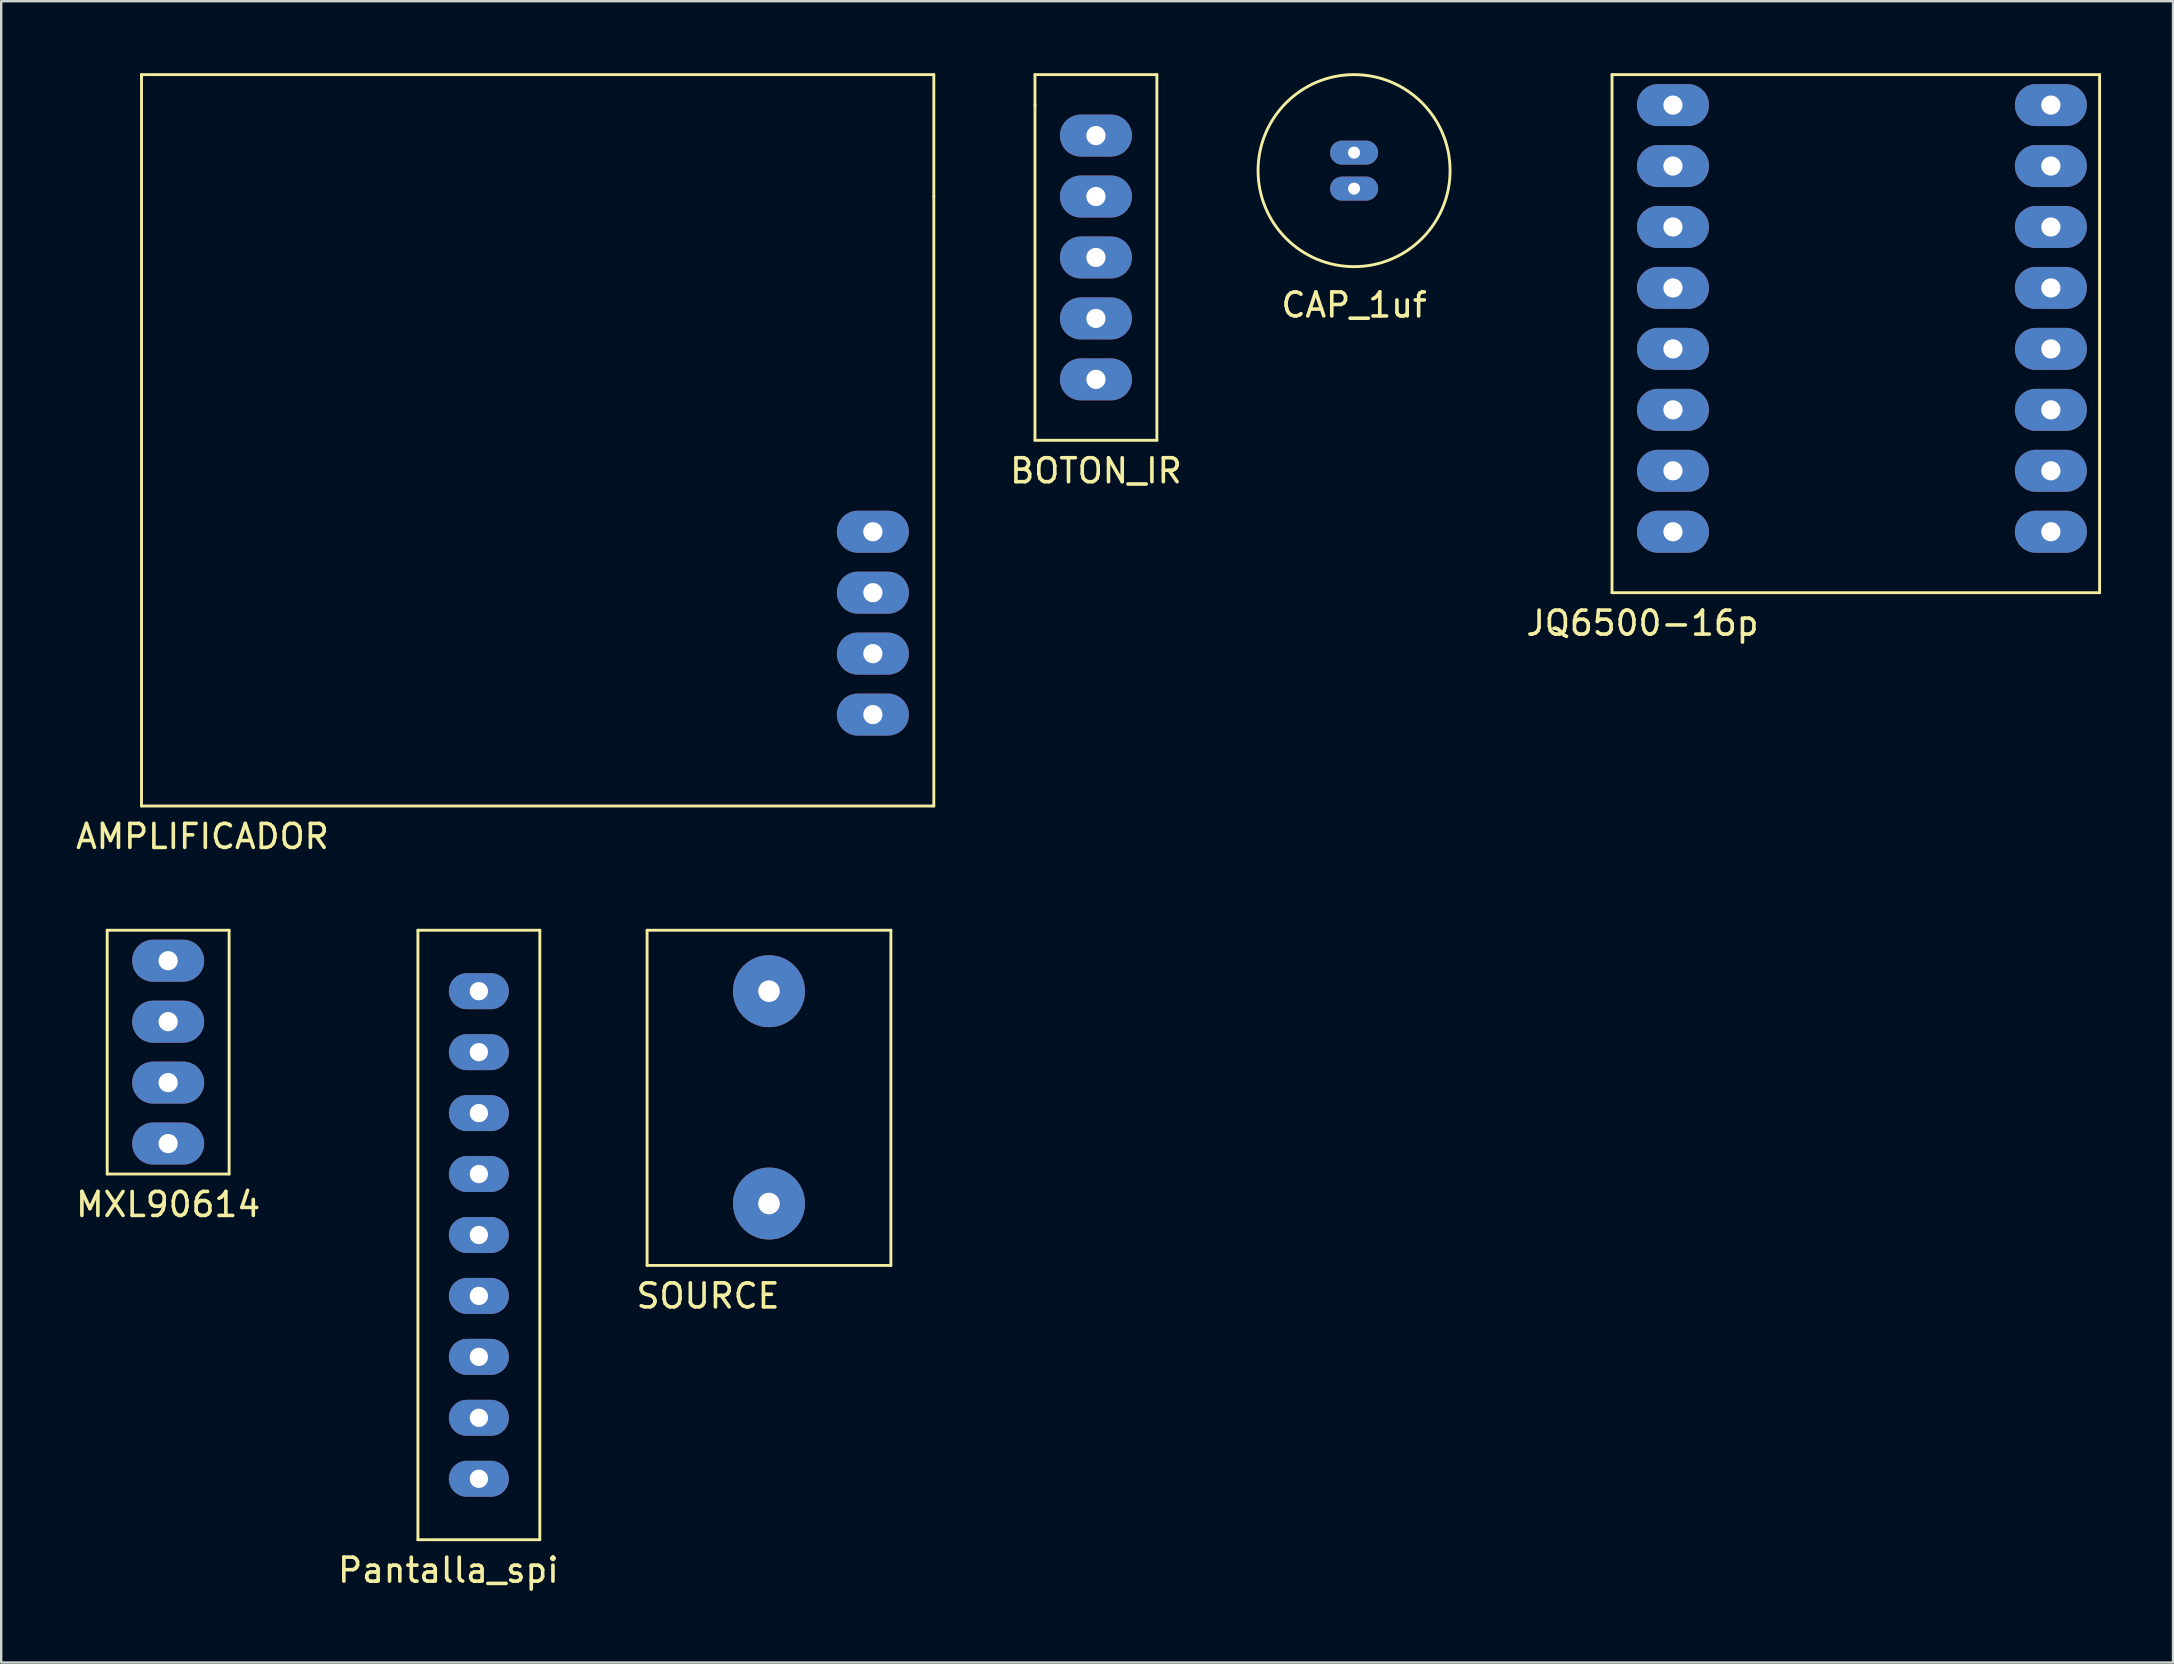
<source format=kicad_pcb>
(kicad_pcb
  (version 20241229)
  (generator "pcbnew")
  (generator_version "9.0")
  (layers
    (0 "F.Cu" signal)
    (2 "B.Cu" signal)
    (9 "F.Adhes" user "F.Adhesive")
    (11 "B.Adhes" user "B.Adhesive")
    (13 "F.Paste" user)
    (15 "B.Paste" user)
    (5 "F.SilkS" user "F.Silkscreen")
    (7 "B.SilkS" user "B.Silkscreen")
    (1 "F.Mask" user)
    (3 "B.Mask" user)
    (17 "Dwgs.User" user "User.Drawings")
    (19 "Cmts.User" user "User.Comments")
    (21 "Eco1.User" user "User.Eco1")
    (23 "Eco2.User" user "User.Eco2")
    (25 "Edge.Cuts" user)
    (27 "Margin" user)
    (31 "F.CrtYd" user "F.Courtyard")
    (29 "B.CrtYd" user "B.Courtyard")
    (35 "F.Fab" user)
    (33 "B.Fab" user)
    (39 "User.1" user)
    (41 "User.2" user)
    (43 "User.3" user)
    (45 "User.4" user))
  (footprint "CAP_1uf"
    (layer "F.Cu")
    (at 53.381 3.311)
    (property "Reference" "CAP_1uf" (at 0 6.35 0) (layer "F.SilkS") (effects (font (size 1 1) (thickness 0.15))))
    (attr through_hole)
    (fp_circle (center 0 0.75) (end 0.1 4.75) (stroke (width 0.12) (type solid)) (fill no) (layer "F.SilkS"))
    (pad "1" thru_hole oval (at 0 0) (size 2 1) (drill 0.5) (layers "*.Cu" "*.Mask"))
    (pad "2" thru_hole oval (at 0 1.5) (size 2 1) (drill 0.5) (layers "*.Cu" "*.Mask")))
  (footprint "SOURCE"
    (layer "F.Cu")
    (at 28.998 38.258)
    (property "Reference" "SOURCE" (at -2.54 12.7 0) (layer "F.SilkS") (effects (font (size 1 1) (thickness 0.15))))
    (attr through_hole)
    (fp_line (start -5.08 -2.54) (end 5.08 -2.54) (stroke (width 0.12) (type solid)) (layer "F.SilkS"))
    (fp_line (start -5.08 11.43) (end -5.08 -2.54) (stroke (width 0.12) (type solid)) (layer "F.SilkS"))
    (fp_line (start 5.08 -2.54) (end 5.08 11.43) (stroke (width 0.12) (type solid)) (layer "F.SilkS"))
    (fp_line (start 5.08 11.43) (end -5.08 11.43) (stroke (width 0.12) (type solid)) (layer "F.SilkS"))
    (pad "1" thru_hole circle (at 0 0) (size 3 3) (drill 0.9) (layers "*.Cu" "*.Mask"))
    (pad "2" thru_hole circle (at 0 8.85) (size 3 3) (drill 0.9) (layers "*.Cu" "*.Mask")))
  (footprint "Pantalla_spi"
    (layer "F.Cu")
    (at 16.907 38.258)
    (property "Reference" "Pantalla_spi" (at -1.27 24.13 0) (layer "F.SilkS") (effects (font (size 1 1) (thickness 0.15))))
    (attr through_hole)
    (fp_line (start -2.54 -2.54) (end 2.54 -2.54) (stroke (width 0.12) (type solid)) (layer "F.SilkS"))
    (fp_line (start -2.54 22.86) (end -2.54 -2.54) (stroke (width 0.12) (type solid)) (layer "F.SilkS"))
    (fp_line (start 2.54 -2.54) (end 2.54 22.86) (stroke (width 0.12) (type solid)) (layer "F.SilkS"))
    (fp_line (start 2.54 22.86) (end -2.54 22.86) (stroke (width 0.12) (type solid)) (layer "F.SilkS"))
    (pad "1" thru_hole oval (at 0 0) (size 2.5 1.5) (drill 0.762) (layers "*.Cu" "*.Mask"))
    (pad "2" thru_hole oval (at 0 2.54) (size 2.5 1.5) (drill 0.762) (layers "*.Cu" "*.Mask"))
    (pad "3" thru_hole oval (at 0 5.08) (size 2.5 1.5) (drill 0.762) (layers "*.Cu" "*.Mask"))
    (pad "4" thru_hole oval (at 0 7.62) (size 2.5 1.5) (drill 0.762) (layers "*.Cu" "*.Mask"))
    (pad "5" thru_hole oval (at 0 10.16) (size 2.5 1.5) (drill 0.762) (layers "*.Cu" "*.Mask"))
    (pad "6" thru_hole oval (at 0 12.7) (size 2.5 1.5) (drill 0.762) (layers "*.Cu" "*.Mask"))
    (pad "7" thru_hole oval (at 0 15.24) (size 2.5 1.5) (drill 0.762) (layers "*.Cu" "*.Mask"))
    (pad "8" thru_hole oval (at 0 17.78) (size 2.5 1.5) (drill 0.762) (layers "*.Cu" "*.Mask"))
    (pad "9" thru_hole oval (at 0 20.32) (size 2.5 1.5) (drill 0.762) (layers "*.Cu" "*.Mask")))
  (footprint "AMPLIFICADOR"
    (layer "F.Cu")
    (at 33.327 19.11)
    (property "Reference" "AMPLIFICADOR" (at -27.94 12.7 0) (layer "F.SilkS") (effects (font (size 1 1) (thickness 0.15))))
    (attr through_hole)
    (fp_line (start -30.48 -19.05) (end -30.48 11.43) (stroke (width 0.12) (type solid)) (layer "F.SilkS"))
    (fp_line (start -30.48 11.43) (end 2.54 11.43) (stroke (width 0.12) (type solid)) (layer "F.SilkS"))
    (fp_line (start 2.54 -19.05) (end -30.48 -19.05) (stroke (width 0.12) (type solid)) (layer "F.SilkS"))
    (fp_line (start 2.54 -13.97) (end 2.54 -19.05) (stroke (width 0.12) (type solid)) (layer "F.SilkS"))
    (fp_line (start 2.54 11.43) (end 2.54 -13.97) (stroke (width 0.12) (type solid)) (layer "F.SilkS"))
    (pad "1" thru_hole oval (at 0 0) (size 3 1.75) (drill 0.8) (layers "*.Cu" "*.Mask"))
    (pad "2" thru_hole oval (at 0 2.54) (size 3 1.75) (drill 0.8) (layers "*.Cu" "*.Mask"))
    (pad "3" thru_hole oval (at 0 5.08) (size 3 1.75) (drill 0.8) (layers "*.Cu" "*.Mask"))
    (pad "4" thru_hole oval (at 0 7.62) (size 3 1.75) (drill 0.8) (layers "*.Cu" "*.Mask")))
  (footprint "JQ6500-16p"
    (layer "F.Cu")
    (at 66.671 1.33)
    (property "Reference" "JQ6500-16p" (at -1.27 21.59 0) (layer "F.SilkS") (effects (font (size 1 1) (thickness 0.15))))
    (attr through_hole)
    (fp_line (start -2.54 -1.27) (end -2.54 20.32) (stroke (width 0.12) (type solid)) (layer "F.SilkS"))
    (fp_line (start -2.54 20.32) (end 17.78 20.32) (stroke (width 0.12) (type solid)) (layer "F.SilkS"))
    (fp_line (start 17.78 -1.27) (end -2.54 -1.27) (stroke (width 0.12) (type solid)) (layer "F.SilkS"))
    (fp_line (start 17.78 20.32) (end 17.78 -1.27) (stroke (width 0.12) (type solid)) (layer "F.SilkS"))
    (pad "1" thru_hole oval (at 0 0) (size 3 1.75) (drill 0.8) (layers "*.Cu" "*.Mask"))
    (pad "2" thru_hole oval (at 0 2.54) (size 3 1.75) (drill 0.8) (layers "*.Cu" "*.Mask"))
    (pad "3" thru_hole oval (at 0 5.08) (size 3 1.75) (drill 0.8) (layers "*.Cu" "*.Mask"))
    (pad "4" thru_hole oval (at 0 7.62) (size 3 1.75) (drill 0.8) (layers "*.Cu" "*.Mask"))
    (pad "5" thru_hole oval (at 0 10.16) (size 3 1.75) (drill 0.8) (layers "*.Cu" "*.Mask"))
    (pad "6" thru_hole oval (at 0 12.7) (size 3 1.75) (drill 0.8) (layers "*.Cu" "*.Mask"))
    (pad "7" thru_hole oval (at 0 15.24) (size 3 1.75) (drill 0.8) (layers "*.Cu" "*.Mask"))
    (pad "8" thru_hole oval (at 0 17.78) (size 3 1.75) (drill 0.8) (layers "*.Cu" "*.Mask"))
    (pad "9" thru_hole oval (at 15.75 17.78) (size 3 1.75) (drill 0.8) (layers "*.Cu" "*.Mask"))
    (pad "10" thru_hole oval (at 15.75 15.24) (size 3 1.75) (drill 0.8) (layers "*.Cu" "*.Mask"))
    (pad "11" thru_hole oval (at 15.75 12.7) (size 3 1.75) (drill 0.8) (layers "*.Cu" "*.Mask"))
    (pad "12" thru_hole oval (at 15.75 10.16) (size 3 1.75) (drill 0.8) (layers "*.Cu" "*.Mask"))
    (pad "13" thru_hole oval (at 15.75 7.62) (size 3 1.75) (drill 0.8) (layers "*.Cu" "*.Mask"))
    (pad "14" thru_hole oval (at 15.75 5.08) (size 3 1.75) (drill 0.8) (layers "*.Cu" "*.Mask"))
    (pad "15" thru_hole oval (at 15.75 2.54) (size 3 1.75) (drill 0.8) (layers "*.Cu" "*.Mask"))
    (pad "16" thru_hole oval (at 15.75 0) (size 3 1.75) (drill 0.8) (layers "*.Cu" "*.Mask")))
  (footprint "BOTON_IR"
    (layer "F.Cu")
    (at 42.623 2.6)
    (property "Reference" "BOTON_IR" (at 0 13.97 0) (layer "F.SilkS") (effects (font (size 1 1) (thickness 0.15))))
    (attr through_hole)
    (fp_line (start -2.54 -2.54) (end -2.54 -1.27) (stroke (width 0.12) (type solid)) (layer "F.SilkS"))
    (fp_line (start -2.54 -1.27) (end -2.54 12.7) (stroke (width 0.12) (type solid)) (layer "F.SilkS"))
    (fp_line (start -2.54 12.7) (end 2.54 12.7) (stroke (width 0.12) (type solid)) (layer "F.SilkS"))
    (fp_line (start 2.54 -2.54) (end -2.54 -2.54) (stroke (width 0.12) (type solid)) (layer "F.SilkS"))
    (fp_line (start 2.54 12.7) (end 2.54 -2.54) (stroke (width 0.12) (type solid)) (layer "F.SilkS"))
    (pad "1" thru_hole oval (at 0 0) (size 3 1.75) (drill 0.8) (layers "*.Cu" "*.Mask"))
    (pad "2" thru_hole oval (at 0 2.54) (size 3 1.75) (drill 0.8) (layers "*.Cu" "*.Mask"))
    (pad "3" thru_hole oval (at 0 5.08) (size 3 1.75) (drill 0.8) (layers "*.Cu" "*.Mask"))
    (pad "4" thru_hole oval (at 0 7.62) (size 3 1.75) (drill 0.8) (layers "*.Cu" "*.Mask"))
    (pad "5" thru_hole oval (at 0 10.16) (size 3 1.75) (drill 0.8) (layers "*.Cu" "*.Mask")))
  (footprint "MXL90614"
    (layer "F.Cu")
    (at 3.958 36.988)
    (property "Reference" "MXL90614" (at 0 10.16 0) (layer "F.SilkS") (effects (font (size 1 1) (thickness 0.15))))
    (attr through_hole)
    (fp_line (start -2.54 -1.27) (end 2.54 -1.27) (stroke (width 0.12) (type solid)) (layer "F.SilkS"))
    (fp_line (start -2.54 8.89) (end -2.54 -1.27) (stroke (width 0.12) (type solid)) (layer "F.SilkS"))
    (fp_line (start 2.54 -1.27) (end 2.54 8.89) (stroke (width 0.12) (type solid)) (layer "F.SilkS"))
    (fp_line (start 2.54 8.89) (end -2.54 8.89) (stroke (width 0.12) (type solid)) (layer "F.SilkS"))
    (pad "1" thru_hole oval (at 0 0) (size 3 1.75) (drill 0.8) (layers "*.Cu" "*.Mask"))
    (pad "2" thru_hole oval (at 0 2.54) (size 3 1.75) (drill 0.8) (layers "*.Cu" "*.Mask"))
    (pad "3" thru_hole oval (at 0 5.08) (size 3 1.75) (drill 0.8) (layers "*.Cu" "*.Mask"))
    (pad "4" thru_hole oval (at 0 7.62) (size 3 1.75) (drill 0.8) (layers "*.Cu" "*.Mask")))
  (gr_rect
    (start -3 -3)
    (end 87.511 66.237)
    (stroke (width 0.1) (type default))
    (fill no)
    (layer "Edge.Cuts")))
</source>
